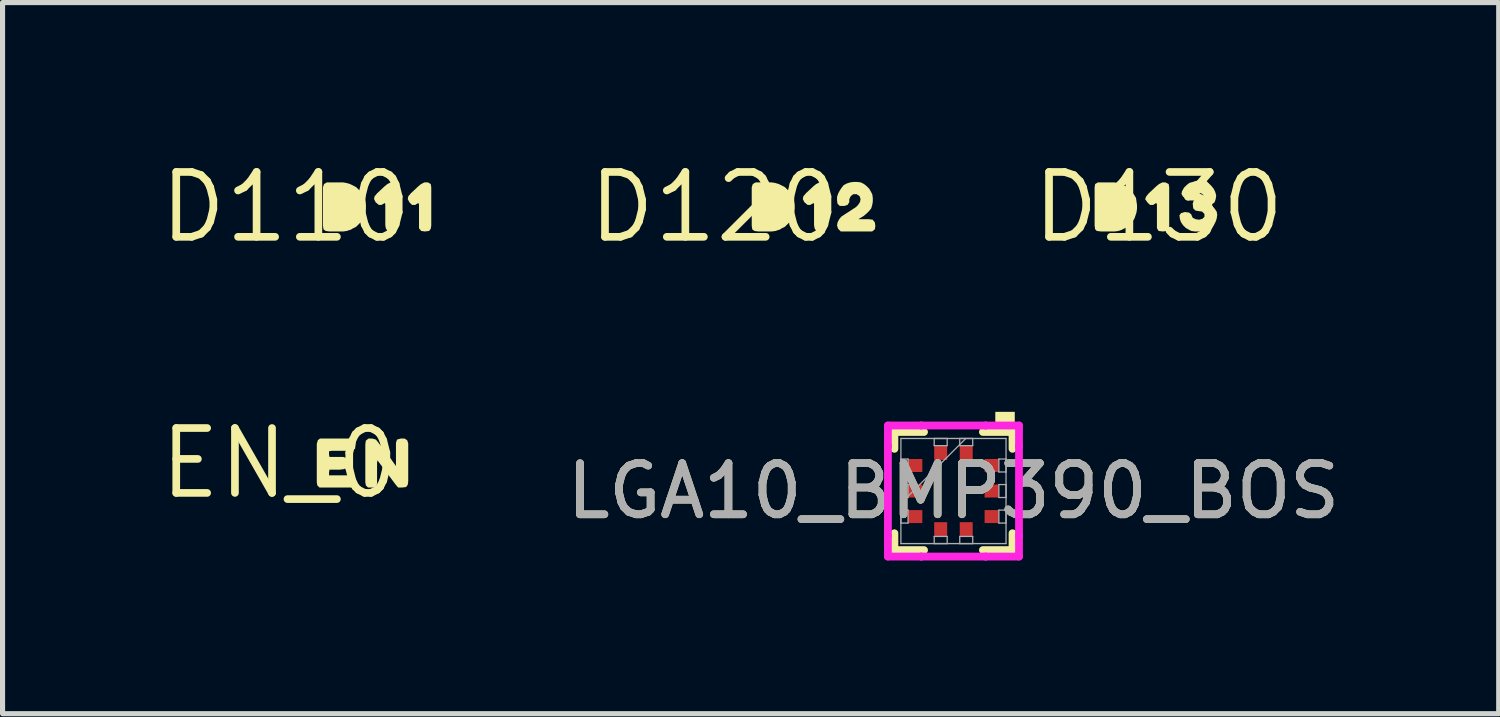
<source format=kicad_pcb>
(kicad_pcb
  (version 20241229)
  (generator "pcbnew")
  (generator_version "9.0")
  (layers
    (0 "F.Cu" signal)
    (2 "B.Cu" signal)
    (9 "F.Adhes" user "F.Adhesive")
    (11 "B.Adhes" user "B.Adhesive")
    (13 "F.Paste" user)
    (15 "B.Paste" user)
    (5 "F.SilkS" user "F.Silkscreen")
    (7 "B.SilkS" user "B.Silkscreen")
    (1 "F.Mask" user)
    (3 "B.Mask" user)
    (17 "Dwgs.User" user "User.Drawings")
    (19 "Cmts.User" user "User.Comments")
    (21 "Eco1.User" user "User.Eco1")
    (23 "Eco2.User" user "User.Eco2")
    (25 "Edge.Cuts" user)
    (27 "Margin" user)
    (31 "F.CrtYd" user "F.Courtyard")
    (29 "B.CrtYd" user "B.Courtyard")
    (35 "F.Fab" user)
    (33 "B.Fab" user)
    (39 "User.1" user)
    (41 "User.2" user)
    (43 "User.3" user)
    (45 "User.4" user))
  (footprint "D130"
    (layer "F.Cu")
    (at 19.632 1.006)
    (property "Reference" "D130" (at 0 0 0) (layer "F.SilkS") (effects (font (size 1.27 1.27) (thickness 0.15))))
    (fp_poly (pts (xy 0.195 -0.453) (xy 0.205 -0.39) (xy 0.205 0.36) (xy 0.195 0.422) (xy 0.163 0.465) (xy 0.08 0.475) (xy -0.003 0.465) (xy -0.035 0.411) (xy -0.035 -0.058) (xy -0.051 -0.083) (xy -0.108 -0.045) (xy -0.172 -0.045) (xy -0.224 -0.097) (xy -0.266 -0.159) (xy -0.244 -0.213) (xy -0.194 -0.273) (xy -0.043 -0.414) (xy 0.007 -0.454) (xy 0.069 -0.485) (xy 0.131 -0.485)) (stroke (width 0) (type default)) (fill yes) (layer "F.SilkS"))
    (fp_poly (pts (xy -0.799 -0.475) (xy -0.738 -0.455) (xy -0.617 -0.394) (xy -0.566 -0.344) (xy -0.516 -0.293) (xy -0.476 -0.233) (xy -0.445 -0.182) (xy -0.435 -0.111) (xy -0.425 -0.04) (xy -0.425 0.03) (xy -0.435 0.101) (xy -0.455 0.162) (xy -0.475 0.222) (xy -0.516 0.283) (xy -0.556 0.333) (xy -0.607 0.384) (xy -0.668 0.414) (xy -0.724 0.442) (xy -0.723 0.443) (xy -0.728 0.445) (xy -0.733 0.447) (xy -0.733 0.446) (xy -0.789 0.465) (xy -0.86 0.475) (xy -1.13 0.475) (xy -1.212 0.465) (xy -1.245 0.432) (xy -1.255 0.36) (xy -1.255 -0.39) (xy -1.245 -0.453) (xy -1.191 -0.485) (xy -0.87 -0.485)) (stroke (width 0) (type default)) (fill yes) (layer "F.SilkS"))
    (fp_poly (pts (xy 1.034 -0.413) (xy 1.074 -0.363) (xy 1.105 -0.302) (xy 1.125 -0.23) (xy 1.115 -0.159) (xy 1.094 -0.097) (xy 1.045 -0.058) (xy 1.045 -0.022) (xy 1.094 0.027) (xy 1.135 0.088) (xy 1.145 0.15) (xy 1.135 0.221) (xy 1.115 0.282) (xy 1.084 0.343) (xy 1.033 0.394) (xy 0.982 0.424) (xy 0.922 0.455) (xy 0.851 0.475) (xy 0.71 0.475) (xy 0.638 0.465) (xy 0.578 0.434) (xy 0.527 0.404) (xy 0.476 0.353) (xy 0.435 0.292) (xy 0.415 0.231) (xy 0.405 0.159) (xy 0.437 0.116) (xy 0.51 0.095) (xy 0.592 0.105) (xy 0.634 0.137) (xy 0.664 0.206) (xy 0.722 0.235) (xy 0.79 0.245) (xy 0.857 0.226) (xy 0.895 0.188) (xy 0.895 0.132) (xy 0.848 0.085) (xy 0.769 0.075) (xy 0.718 0.065) (xy 0.675 0.022) (xy 0.665 -0.071) (xy 0.686 -0.134) (xy 0.739 -0.155) (xy 0.819 -0.165) (xy 0.875 -0.184) (xy 0.875 -0.238) (xy 0.828 -0.275) (xy 0.761 -0.275) (xy 0.703 -0.246) (xy 0.664 -0.196) (xy 0.611 -0.155) (xy 0.548 -0.165) (xy 0.476 -0.206) (xy 0.445 -0.259) (xy 0.455 -0.312) (xy 0.496 -0.383) (xy 0.547 -0.434) (xy 0.598 -0.475) (xy 0.669 -0.495) (xy 0.729 -0.515) (xy 0.932 -0.515)) (stroke (width 0) (type default)) (fill yes) (layer "F.SilkS")))
  (footprint "D120"
    (layer "F.Cu")
    (at 10.94 1.006)
    (property "Reference" "D120" (at 0 0 0) (layer "F.SilkS") (effects (font (size 1.27 1.27) (thickness 0.15))))
    (fp_poly (pts (xy 2.175 -0.453) (xy 2.185 -0.39) (xy 2.185 0.422) (xy 2.142 0.465) (xy 2.06 0.475) (xy 1.987 0.465) (xy 1.955 0.412) (xy 1.945 0.35) (xy 1.945 -0.059) (xy 1.937 -0.083) (xy 1.871 -0.045) (xy 1.818 -0.045) (xy 1.756 -0.097) (xy 1.725 -0.159) (xy 1.735 -0.212) (xy 1.786 -0.273) (xy 1.937 -0.414) (xy 1.987 -0.454) (xy 2.049 -0.485) (xy 2.121 -0.485)) (stroke (width 0) (type default)) (fill yes) (layer "F.SilkS"))
    (fp_poly (pts (xy 1.181 -0.475) (xy 1.252 -0.455) (xy 1.373 -0.394) (xy 1.424 -0.344) (xy 1.474 -0.293) (xy 1.504 -0.232) (xy 1.535 -0.182) (xy 1.555 -0.111) (xy 1.565 -0.04) (xy 1.565 0.03) (xy 1.555 0.101) (xy 1.535 0.162) (xy 1.474 0.283) (xy 1.424 0.334) (xy 1.373 0.384) (xy 1.312 0.414) (xy 1.258 0.447) (xy 1.256 0.443) (xy 1.191 0.465) (xy 1.12 0.475) (xy 0.85 0.475) (xy 0.778 0.465) (xy 0.735 0.433) (xy 0.725 0.36) (xy 0.725 -0.391) (xy 0.746 -0.453) (xy 0.799 -0.485) (xy 1.12 -0.485)) (stroke (width 0) (type default)) (fill yes) (layer "F.SilkS"))
    (fp_poly (pts (xy 2.862 -0.485) (xy 2.923 -0.454) (xy 2.973 -0.414) (xy 3.024 -0.363) (xy 3.054 -0.312) (xy 3.085 -0.252) (xy 3.095 -0.18) (xy 3.095 -0.11) (xy 3.085 -0.049) (xy 3.065 0.022) (xy 3.024 0.073) (xy 2.973 0.124) (xy 2.913 0.174) (xy 2.863 0.204) (xy 2.818 0.231) (xy 2.822 0.235) (xy 3.02 0.235) (xy 3.093 0.245) (xy 3.135 0.298) (xy 3.145 0.37) (xy 3.135 0.433) (xy 3.082 0.475) (xy 2.468 0.475) (xy 2.416 0.423) (xy 2.395 0.36) (xy 2.405 0.298) (xy 2.436 0.237) (xy 2.477 0.186) (xy 2.537 0.146) (xy 2.707 0.036) (xy 2.767 -0.004) (xy 2.806 -0.043) (xy 2.845 -0.102) (xy 2.855 -0.16) (xy 2.836 -0.217) (xy 2.778 -0.255) (xy 2.712 -0.255) (xy 2.664 -0.217) (xy 2.635 -0.159) (xy 2.635 -0.099) (xy 2.603 -0.046) (xy 2.541 -0.025) (xy 2.448 -0.025) (xy 2.405 -0.068) (xy 2.395 -0.13) (xy 2.395 -0.201) (xy 2.415 -0.262) (xy 2.446 -0.323) (xy 2.486 -0.383) (xy 2.527 -0.434) (xy 2.588 -0.465) (xy 2.649 -0.485) (xy 2.72 -0.495) (xy 2.79 -0.495)) (stroke (width 0) (type default)) (fill yes) (layer "F.SilkS")))
  (footprint "EN_0"
    (layer "F.Cu")
    (at 2.426 6.019)
    (property "Reference" "EN_0" (at 0 0 0) (layer "F.SilkS") (effects (font (size 1.27 1.27) (thickness 0.15))))
    (fp_poly (pts (xy 1.883 -0.464) (xy 1.924 -0.413) (xy 2.134 -0.143) (xy 2.275 0.054) (xy 2.275 -0.401) (xy 2.296 -0.464) (xy 2.369 -0.485) (xy 2.441 -0.485) (xy 2.494 -0.453) (xy 2.515 -0.391) (xy 2.515 0.36) (xy 2.505 0.422) (xy 2.473 0.465) (xy 2.39 0.475) (xy 2.318 0.475) (xy 2.266 0.413) (xy 1.913 -0.058) (xy 1.905 -0.01) (xy 1.905 0.401) (xy 1.884 0.454) (xy 1.821 0.475) (xy 1.728 0.475) (xy 1.685 0.432) (xy 1.675 0.37) (xy 1.675 -0.37) (xy 1.685 -0.443) (xy 1.738 -0.485) (xy 1.811 -0.485)) (stroke (width 0) (type default)) (fill yes) (layer "F.SilkS"))
    (fp_poly (pts (xy 1.464 -0.453) (xy 1.485 -0.38) (xy 1.475 -0.287) (xy 1.432 -0.255) (xy 1.36 -0.245) (xy 1.02 -0.245) (xy 0.965 -0.236) (xy 0.965 -0.17) (xy 0.974 -0.125) (xy 1.241 -0.125) (xy 1.303 -0.104) (xy 1.335 -0.051) (xy 1.335 0.041) (xy 1.303 0.094) (xy 1.251 0.115) (xy 1.17 0.125) (xy 0.974 0.125) (xy 0.965 0.18) (xy 0.965 0.235) (xy 1.37 0.235) (xy 1.433 0.245) (xy 1.475 0.298) (xy 1.485 0.38) (xy 1.464 0.454) (xy 1.411 0.475) (xy 0.778 0.475) (xy 0.735 0.432) (xy 0.725 0.37) (xy 0.725 -0.381) (xy 0.746 -0.453) (xy 0.788 -0.485) (xy 1.411 -0.485)) (stroke (width 0) (type default)) (fill yes) (layer "F.SilkS")))
  (footprint "LGA10_BMP390_BOS"
    (layer "F.Cu")
    (at 15.614 6.562)
    (property "Reference" "LGA10_BMP390_BOS" (at 0 0 0) (unlocked yes) (layer "F.SilkS") (effects (font (size 1 1) (thickness 0.15))))
    (attr smd)
    (fp_line (start -1.156 -1.156) (end -1.156 -0.826) (stroke (width 0.152) (type solid)) (layer "F.SilkS"))
    (fp_line (start -1.156 0.826) (end -1.156 1.156) (stroke (width 0.152) (type solid)) (layer "F.SilkS"))
    (fp_line (start -1.156 1.156) (end -0.576 1.156) (stroke (width 0.152) (type solid)) (layer "F.SilkS"))
    (fp_line (start -0.576 -1.156) (end -1.156 -1.156) (stroke (width 0.152) (type solid)) (layer "F.SilkS"))
    (fp_line (start 0.576 1.156) (end 1.156 1.156) (stroke (width 0.152) (type solid)) (layer "F.SilkS"))
    (fp_line (start 1.156 -1.156) (end 0.576 -1.156) (stroke (width 0.152) (type solid)) (layer "F.SilkS"))
    (fp_line (start 1.156 -0.826) (end 1.156 -1.156) (stroke (width 0.152) (type solid)) (layer "F.SilkS"))
    (fp_line (start 1.156 1.156) (end 1.156 0.826) (stroke (width 0.152) (type solid)) (layer "F.SilkS"))
    (fp_poly (pts (xy 0.819 -1.296) (xy 0.819 -1.55) (xy 1.2 -1.55) (xy 1.2 -1.296)) (stroke (width 0) (type solid)) (fill yes) (layer "F.SilkS"))
    (fp_line (start -1.283 -1.283) (end -0.631 -1.283) (stroke (width 0.152) (type solid)) (layer "F.CrtYd"))
    (fp_line (start -1.283 -0.881) (end -1.283 -1.283) (stroke (width 0.152) (type solid)) (layer "F.CrtYd"))
    (fp_line (start -1.283 -0.881) (end -1.283 -0.881) (stroke (width 0.152) (type solid)) (layer "F.CrtYd"))
    (fp_line (start -1.283 0.881) (end -1.283 -0.881) (stroke (width 0.152) (type solid)) (layer "F.CrtYd"))
    (fp_line (start -1.283 0.881) (end -1.283 0.881) (stroke (width 0.152) (type solid)) (layer "F.CrtYd"))
    (fp_line (start -1.283 1.283) (end -1.283 0.881) (stroke (width 0.152) (type solid)) (layer "F.CrtYd"))
    (fp_line (start -0.631 -1.283) (end -0.631 -1.283) (stroke (width 0.152) (type solid)) (layer "F.CrtYd"))
    (fp_line (start -0.631 -1.283) (end 0.631 -1.283) (stroke (width 0.152) (type solid)) (layer "F.CrtYd"))
    (fp_line (start -0.631 1.283) (end -1.283 1.283) (stroke (width 0.152) (type solid)) (layer "F.CrtYd"))
    (fp_line (start -0.631 1.283) (end -0.631 1.283) (stroke (width 0.152) (type solid)) (layer "F.CrtYd"))
    (fp_line (start 0.631 -1.283) (end 0.631 -1.283) (stroke (width 0.152) (type solid)) (layer "F.CrtYd"))
    (fp_line (start 0.631 -1.283) (end 1.283 -1.283) (stroke (width 0.152) (type solid)) (layer "F.CrtYd"))
    (fp_line (start 0.631 1.283) (end -0.631 1.283) (stroke (width 0.152) (type solid)) (layer "F.CrtYd"))
    (fp_line (start 0.631 1.283) (end 0.631 1.283) (stroke (width 0.152) (type solid)) (layer "F.CrtYd"))
    (fp_line (start 1.283 -1.283) (end 1.283 -0.881) (stroke (width 0.152) (type solid)) (layer "F.CrtYd"))
    (fp_line (start 1.283 -0.881) (end 1.283 -0.881) (stroke (width 0.152) (type solid)) (layer "F.CrtYd"))
    (fp_line (start 1.283 -0.881) (end 1.283 0.881) (stroke (width 0.152) (type solid)) (layer "F.CrtYd"))
    (fp_line (start 1.283 0.881) (end 1.283 0.881) (stroke (width 0.152) (type solid)) (layer "F.CrtYd"))
    (fp_line (start 1.283 0.881) (end 1.283 1.283) (stroke (width 0.152) (type solid)) (layer "F.CrtYd"))
    (fp_line (start 1.283 1.283) (end 0.631 1.283) (stroke (width 0.152) (type solid)) (layer "F.CrtYd"))
    (fp_line (start -1.029 -1.029) (end -1.029 1.029) (stroke (width 0.025) (type solid)) (layer "F.Fab"))
    (fp_line (start -1.029 -0.627) (end -0.889 -0.627) (stroke (width 0.025) (type solid)) (layer "F.Fab"))
    (fp_line (start -1.029 -0.373) (end -1.029 -0.627) (stroke (width 0.025) (type solid)) (layer "F.Fab"))
    (fp_line (start -1.029 -0.127) (end -0.889 -0.127) (stroke (width 0.025) (type solid)) (layer "F.Fab"))
    (fp_line (start -1.029 0.127) (end -1.029 -0.127) (stroke (width 0.025) (type solid)) (layer "F.Fab"))
    (fp_line (start -1.029 0.241) (end 0.241 -1.029) (stroke (width 0.025) (type solid)) (layer "F.Fab"))
    (fp_line (start -1.029 0.373) (end -0.889 0.373) (stroke (width 0.025) (type solid)) (layer "F.Fab"))
    (fp_line (start -1.029 0.627) (end -1.029 0.373) (stroke (width 0.025) (type solid)) (layer "F.Fab"))
    (fp_line (start -1.029 1.029) (end 1.029 1.029) (stroke (width 0.025) (type solid)) (layer "F.Fab"))
    (fp_line (start -0.889 -0.627) (end -0.889 -0.373) (stroke (width 0.025) (type solid)) (layer "F.Fab"))
    (fp_line (start -0.889 -0.373) (end -1.029 -0.373) (stroke (width 0.025) (type solid)) (layer "F.Fab"))
    (fp_line (start -0.889 -0.127) (end -0.889 0.127) (stroke (width 0.025) (type solid)) (layer "F.Fab"))
    (fp_line (start -0.889 0.127) (end -1.029 0.127) (stroke (width 0.025) (type solid)) (layer "F.Fab"))
    (fp_line (start -0.889 0.373) (end -0.889 0.627) (stroke (width 0.025) (type solid)) (layer "F.Fab"))
    (fp_line (start -0.889 0.627) (end -1.029 0.627) (stroke (width 0.025) (type solid)) (layer "F.Fab"))
    (fp_line (start -0.377 -1.029) (end -0.123 -1.029) (stroke (width 0.025) (type solid)) (layer "F.Fab"))
    (fp_line (start -0.377 -0.889) (end -0.377 -1.029) (stroke (width 0.025) (type solid)) (layer "F.Fab"))
    (fp_line (start -0.377 0.889) (end -0.123 0.889) (stroke (width 0.025) (type solid)) (layer "F.Fab"))
    (fp_line (start -0.377 1.029) (end -0.377 0.889) (stroke (width 0.025) (type solid)) (layer "F.Fab"))
    (fp_line (start -0.123 -1.029) (end -0.123 -0.889) (stroke (width 0.025) (type solid)) (layer "F.Fab"))
    (fp_line (start -0.123 -0.889) (end -0.377 -0.889) (stroke (width 0.025) (type solid)) (layer "F.Fab"))
    (fp_line (start -0.123 0.889) (end -0.123 1.029) (stroke (width 0.025) (type solid)) (layer "F.Fab"))
    (fp_line (start -0.123 1.029) (end -0.377 1.029) (stroke (width 0.025) (type solid)) (layer "F.Fab"))
    (fp_line (start 0.123 -1.029) (end 0.377 -1.029) (stroke (width 0.025) (type solid)) (layer "F.Fab"))
    (fp_line (start 0.123 -0.889) (end 0.123 -1.029) (stroke (width 0.025) (type solid)) (layer "F.Fab"))
    (fp_line (start 0.123 0.889) (end 0.377 0.889) (stroke (width 0.025) (type solid)) (layer "F.Fab"))
    (fp_line (start 0.123 1.029) (end 0.123 0.889) (stroke (width 0.025) (type solid)) (layer "F.Fab"))
    (fp_line (start 0.377 -1.029) (end 0.377 -0.889) (stroke (width 0.025) (type solid)) (layer "F.Fab"))
    (fp_line (start 0.377 -0.889) (end 0.123 -0.889) (stroke (width 0.025) (type solid)) (layer "F.Fab"))
    (fp_line (start 0.377 0.889) (end 0.377 1.029) (stroke (width 0.025) (type solid)) (layer "F.Fab"))
    (fp_line (start 0.377 1.029) (end 0.123 1.029) (stroke (width 0.025) (type solid)) (layer "F.Fab"))
    (fp_line (start 0.889 -0.627) (end 1.029 -0.627) (stroke (width 0.025) (type solid)) (layer "F.Fab"))
    (fp_line (start 0.889 -0.373) (end 0.889 -0.627) (stroke (width 0.025) (type solid)) (layer "F.Fab"))
    (fp_line (start 0.889 -0.127) (end 1.029 -0.127) (stroke (width 0.025) (type solid)) (layer "F.Fab"))
    (fp_line (start 0.889 0.127) (end 0.889 -0.127) (stroke (width 0.025) (type solid)) (layer "F.Fab"))
    (fp_line (start 0.889 0.373) (end 1.029 0.373) (stroke (width 0.025) (type solid)) (layer "F.Fab"))
    (fp_line (start 0.889 0.627) (end 0.889 0.373) (stroke (width 0.025) (type solid)) (layer "F.Fab"))
    (fp_line (start 1.029 -1.029) (end -1.029 -1.029) (stroke (width 0.025) (type solid)) (layer "F.Fab"))
    (fp_line (start 1.029 -0.627) (end 1.029 -0.373) (stroke (width 0.025) (type solid)) (layer "F.Fab"))
    (fp_line (start 1.029 -0.373) (end 0.889 -0.373) (stroke (width 0.025) (type solid)) (layer "F.Fab"))
    (fp_line (start 1.029 -0.127) (end 1.029 0.127) (stroke (width 0.025) (type solid)) (layer "F.Fab"))
    (fp_line (start 1.029 0.127) (end 0.889 0.127) (stroke (width 0.025) (type solid)) (layer "F.Fab"))
    (fp_line (start 1.029 0.373) (end 1.029 0.627) (stroke (width 0.025) (type solid)) (layer "F.Fab"))
    (fp_line (start 1.029 0.627) (end 0.889 0.627) (stroke (width 0.025) (type solid)) (layer "F.Fab"))
    (fp_line (start 1.029 1.029) (end 1.029 -1.029) (stroke (width 0.025) (type solid)) (layer "F.Fab"))
    (fp_text user "${REFERENCE}" (at 0 0 0) (unlocked yes) (layer "F.Fab") (effects (font (size 1 1) (thickness 0.15))))
    (pad "1" smd rect (at 0.25 -0.749) (size 0.254 0.279) (layers "F.Cu" "F.Mask" "F.Paste"))
    (pad "2" smd rect (at -0.25 -0.749) (size 0.254 0.279) (layers "F.Cu" "F.Mask" "F.Paste"))
    (pad "3" smd rect (at -0.749 -0.5 90) (size 0.254 0.279) (layers "F.Cu" "F.Mask" "F.Paste"))
    (pad "4" smd rect (at -0.749 0 90) (size 0.254 0.279) (layers "F.Cu" "F.Mask" "F.Paste"))
    (pad "5" smd rect (at -0.749 0.5 90) (size 0.254 0.279) (layers "F.Cu" "F.Mask" "F.Paste"))
    (pad "6" smd rect (at -0.25 0.749) (size 0.254 0.279) (layers "F.Cu" "F.Mask" "F.Paste"))
    (pad "7" smd rect (at 0.25 0.749) (size 0.254 0.279) (layers "F.Cu" "F.Mask" "F.Paste"))
    (pad "8" smd rect (at 0.749 0.5 90) (size 0.254 0.279) (layers "F.Cu" "F.Mask" "F.Paste"))
    (pad "9" smd rect (at 0.749 0 90) (size 0.254 0.279) (layers "F.Cu" "F.Mask" "F.Paste"))
    (pad "10" smd rect (at 0.749 -0.5 90) (size 0.254 0.279) (layers "F.Cu" "F.Mask" "F.Paste")))
  (footprint "D110"
    (layer "F.Cu")
    (at 2.547 1.006)
    (property "Reference" "D110" (at 0 0 0) (layer "F.SilkS") (effects (font (size 1.27 1.27) (thickness 0.15))))
    (fp_poly (pts (xy 2.175 -0.453) (xy 2.185 -0.39) (xy 2.185 0.422) (xy 2.142 0.465) (xy 2.06 0.475) (xy 1.987 0.465) (xy 1.955 0.412) (xy 1.945 0.35) (xy 1.945 -0.059) (xy 1.937 -0.083) (xy 1.871 -0.045) (xy 1.818 -0.045) (xy 1.756 -0.097) (xy 1.725 -0.159) (xy 1.735 -0.212) (xy 1.786 -0.273) (xy 1.937 -0.414) (xy 1.987 -0.454) (xy 2.049 -0.485) (xy 2.121 -0.485)) (stroke (width 0) (type default)) (fill yes) (layer "F.SilkS"))
    (fp_poly (pts (xy 2.835 -0.453) (xy 2.845 -0.39) (xy 2.845 0.36) (xy 2.835 0.422) (xy 2.803 0.465) (xy 2.72 0.475) (xy 2.647 0.465) (xy 2.605 0.412) (xy 2.605 -0.058) (xy 2.589 -0.083) (xy 2.532 -0.045) (xy 2.468 -0.045) (xy 2.416 -0.097) (xy 2.385 -0.159) (xy 2.395 -0.212) (xy 2.446 -0.273) (xy 2.597 -0.414) (xy 2.647 -0.454) (xy 2.709 -0.485) (xy 2.781 -0.485)) (stroke (width 0) (type default)) (fill yes) (layer "F.SilkS"))
    (fp_poly (pts (xy 1.181 -0.475) (xy 1.252 -0.455) (xy 1.373 -0.394) (xy 1.424 -0.344) (xy 1.474 -0.293) (xy 1.504 -0.232) (xy 1.535 -0.182) (xy 1.555 -0.111) (xy 1.565 -0.04) (xy 1.565 0.03) (xy 1.555 0.101) (xy 1.535 0.162) (xy 1.474 0.283) (xy 1.424 0.334) (xy 1.373 0.384) (xy 1.312 0.414) (xy 1.258 0.447) (xy 1.256 0.443) (xy 1.191 0.465) (xy 1.12 0.475) (xy 0.85 0.475) (xy 0.778 0.465) (xy 0.735 0.433) (xy 0.725 0.36) (xy 0.725 -0.391) (xy 0.746 -0.453) (xy 0.799 -0.485) (xy 1.12 -0.485)) (stroke (width 0) (type default)) (fill yes) (layer "F.SilkS")))
  (gr_rect
    (start -3 -3)
    (end 26.287 10.921)
    (stroke (width 0.1) (type default))
    (fill no)
    (layer "Edge.Cuts")))
</source>
